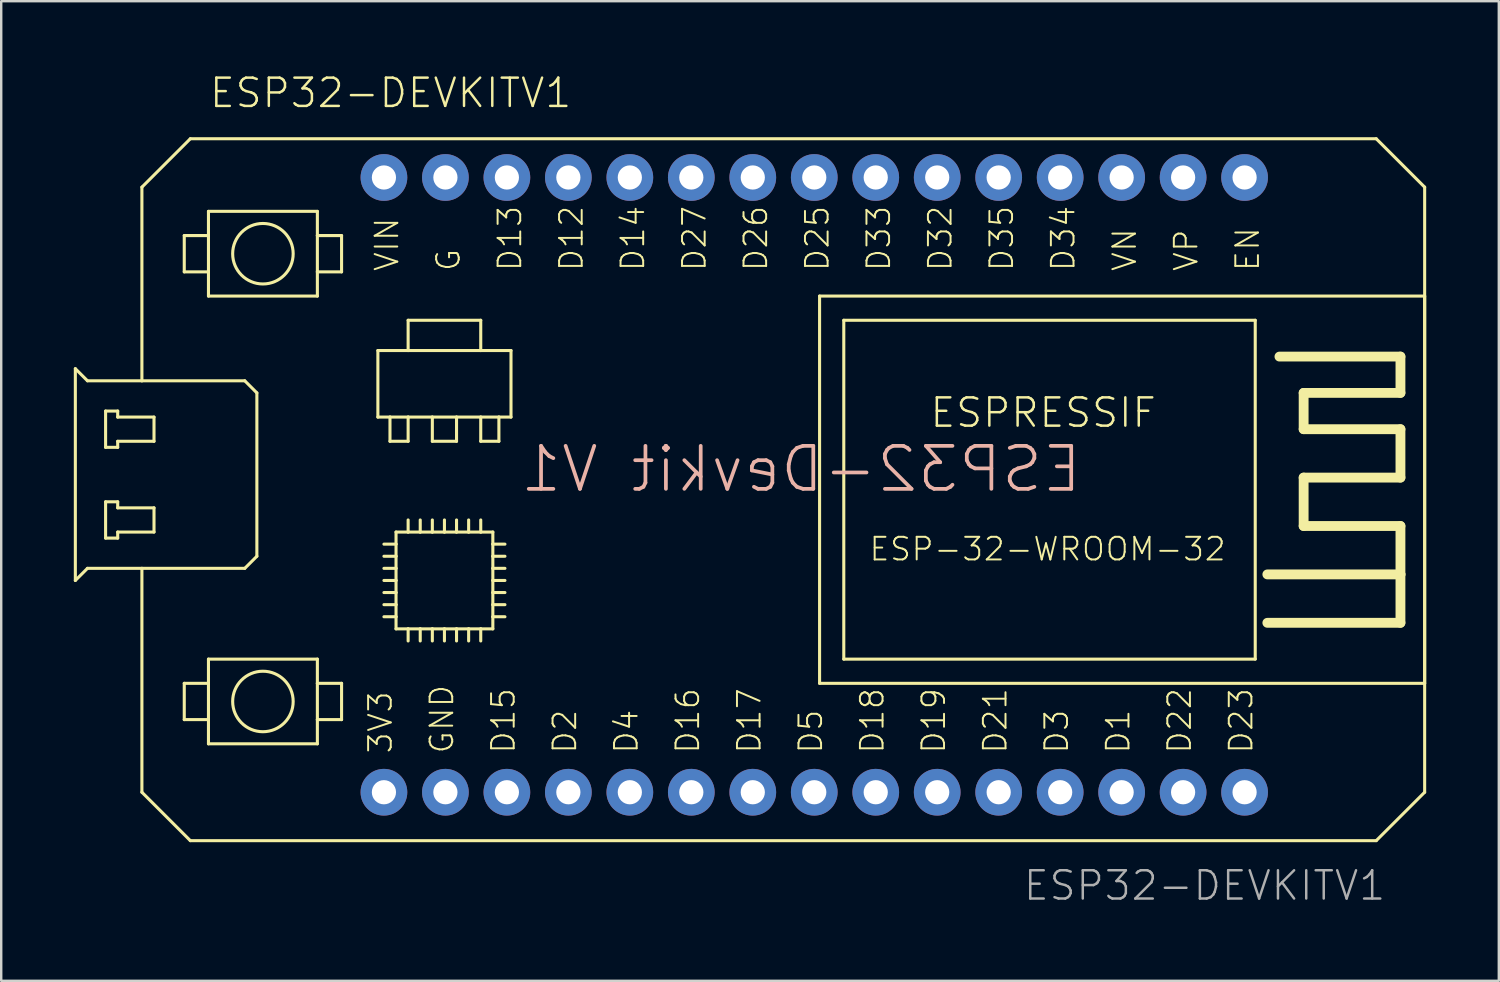
<source format=kicad_pcb>
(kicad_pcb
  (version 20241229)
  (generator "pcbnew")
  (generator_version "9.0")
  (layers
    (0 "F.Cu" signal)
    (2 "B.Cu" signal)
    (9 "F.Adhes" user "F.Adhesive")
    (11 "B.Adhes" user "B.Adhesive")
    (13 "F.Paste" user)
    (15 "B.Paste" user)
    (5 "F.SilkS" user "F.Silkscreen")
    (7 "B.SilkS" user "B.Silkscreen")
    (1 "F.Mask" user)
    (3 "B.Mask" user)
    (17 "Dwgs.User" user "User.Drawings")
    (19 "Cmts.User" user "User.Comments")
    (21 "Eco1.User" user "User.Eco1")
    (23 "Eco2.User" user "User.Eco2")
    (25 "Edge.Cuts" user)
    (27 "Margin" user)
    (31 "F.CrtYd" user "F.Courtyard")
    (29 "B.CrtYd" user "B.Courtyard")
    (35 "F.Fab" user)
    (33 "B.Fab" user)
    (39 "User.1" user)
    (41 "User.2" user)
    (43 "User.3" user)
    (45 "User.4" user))
  (footprint "ESP32-DEVKITV1"
    (layer "F.Cu")
    (at 12.813 29.683)
    (property "Reference" "ESP32-DEVKITV1" (at -7.27 -28.21 0) (unlocked yes) (layer "F.SilkS") (effects (font (size 1.168 1.168) (thickness 0.102)) (justify left bottom)))
    (fp_line (start -12.75 -17.5) (end -12.75 -8.75) (stroke (width 0.127) (type solid)) (layer "F.SilkS"))
    (fp_line (start -12.75 -17.5) (end -12.25 -17) (stroke (width 0.127) (type solid)) (layer "F.SilkS"))
    (fp_line (start -12.75 -8.75) (end -12.25 -9.25) (stroke (width 0.127) (type solid)) (layer "F.SilkS"))
    (fp_line (start -12.25 -17) (end -10 -17) (stroke (width 0.127) (type solid)) (layer "F.SilkS"))
    (fp_line (start -12.25 -9.25) (end -10 -9.25) (stroke (width 0.127) (type solid)) (layer "F.SilkS"))
    (fp_line (start -11.5 -15.75) (end -11 -15.75) (stroke (width 0.127) (type solid)) (layer "F.SilkS"))
    (fp_line (start -11.5 -14.25) (end -11.5 -15.75) (stroke (width 0.127) (type solid)) (layer "F.SilkS"))
    (fp_line (start -11.5 -12) (end -11 -12) (stroke (width 0.127) (type solid)) (layer "F.SilkS"))
    (fp_line (start -11.5 -10.5) (end -11.5 -12) (stroke (width 0.127) (type solid)) (layer "F.SilkS"))
    (fp_line (start -11.5 -10.5) (end -11 -10.5) (stroke (width 0.127) (type solid)) (layer "F.SilkS"))
    (fp_line (start -11 -15.75) (end -11 -15.5) (stroke (width 0.127) (type solid)) (layer "F.SilkS"))
    (fp_line (start -11 -15.5) (end -9.5 -15.5) (stroke (width 0.127) (type solid)) (layer "F.SilkS"))
    (fp_line (start -11 -14.5) (end -9.5 -14.5) (stroke (width 0.127) (type solid)) (layer "F.SilkS"))
    (fp_line (start -11 -14.25) (end -11.5 -14.25) (stroke (width 0.127) (type solid)) (layer "F.SilkS"))
    (fp_line (start -11 -14.25) (end -11 -14.5) (stroke (width 0.127) (type solid)) (layer "F.SilkS"))
    (fp_line (start -11 -12) (end -11 -11.75) (stroke (width 0.127) (type solid)) (layer "F.SilkS"))
    (fp_line (start -11 -11.75) (end -9.5 -11.75) (stroke (width 0.127) (type solid)) (layer "F.SilkS"))
    (fp_line (start -11 -10.75) (end -9.5 -10.75) (stroke (width 0.127) (type solid)) (layer "F.SilkS"))
    (fp_line (start -11 -10.5) (end -11 -10.75) (stroke (width 0.127) (type solid)) (layer "F.SilkS"))
    (fp_line (start -10 -25) (end -8 -27) (stroke (width 0.127) (type solid)) (layer "F.SilkS"))
    (fp_line (start -10 -17) (end -10 -25) (stroke (width 0.127) (type solid)) (layer "F.SilkS"))
    (fp_line (start -10 -9.25) (end -5.75 -9.25) (stroke (width 0.127) (type solid)) (layer "F.SilkS"))
    (fp_line (start -10 0) (end -10 -9.25) (stroke (width 0.127) (type solid)) (layer "F.SilkS"))
    (fp_line (start -9.5 -15.5) (end -9.5 -14.5) (stroke (width 0.127) (type solid)) (layer "F.SilkS"))
    (fp_line (start -9.5 -11.75) (end -9.5 -10.75) (stroke (width 0.127) (type solid)) (layer "F.SilkS"))
    (fp_line (start -8.25 -23) (end -8.25 -21.5) (stroke (width 0.127) (type solid)) (layer "F.SilkS"))
    (fp_line (start -8.25 -21.5) (end -7.25 -21.5) (stroke (width 0.127) (type solid)) (layer "F.SilkS"))
    (fp_line (start -8.25 -4.5) (end -8.25 -3) (stroke (width 0.127) (type solid)) (layer "F.SilkS"))
    (fp_line (start -8.25 -3) (end -7.25 -3) (stroke (width 0.127) (type solid)) (layer "F.SilkS"))
    (fp_line (start -8 2) (end -10 0) (stroke (width 0.127) (type solid)) (layer "F.SilkS"))
    (fp_line (start -8 2) (end 41 2) (stroke (width 0.127) (type solid)) (layer "F.SilkS"))
    (fp_line (start -7.25 -24) (end -7.25 -23) (stroke (width 0.127) (type solid)) (layer "F.SilkS"))
    (fp_line (start -7.25 -23) (end -8.25 -23) (stroke (width 0.127) (type solid)) (layer "F.SilkS"))
    (fp_line (start -7.25 -23) (end -7.25 -21.5) (stroke (width 0.127) (type solid)) (layer "F.SilkS"))
    (fp_line (start -7.25 -21.5) (end -7.25 -20.5) (stroke (width 0.127) (type solid)) (layer "F.SilkS"))
    (fp_line (start -7.25 -20.5) (end -2.75 -20.5) (stroke (width 0.127) (type solid)) (layer "F.SilkS"))
    (fp_line (start -7.25 -5.5) (end -7.25 -4.5) (stroke (width 0.127) (type solid)) (layer "F.SilkS"))
    (fp_line (start -7.25 -4.5) (end -8.25 -4.5) (stroke (width 0.127) (type solid)) (layer "F.SilkS"))
    (fp_line (start -7.25 -4.5) (end -7.25 -3) (stroke (width 0.127) (type solid)) (layer "F.SilkS"))
    (fp_line (start -7.25 -3) (end -7.25 -2) (stroke (width 0.127) (type solid)) (layer "F.SilkS"))
    (fp_line (start -7.25 -2) (end -2.75 -2) (stroke (width 0.127) (type solid)) (layer "F.SilkS"))
    (fp_line (start -5.75 -17) (end -10 -17) (stroke (width 0.127) (type solid)) (layer "F.SilkS"))
    (fp_line (start -5.75 -17) (end -5.25 -16.5) (stroke (width 0.127) (type solid)) (layer "F.SilkS"))
    (fp_line (start -5.25 -16.5) (end -5.25 -9.75) (stroke (width 0.127) (type solid)) (layer "F.SilkS"))
    (fp_line (start -5.25 -9.75) (end -5.75 -9.25) (stroke (width 0.127) (type solid)) (layer "F.SilkS"))
    (fp_line (start -2.75 -24) (end -7.25 -24) (stroke (width 0.127) (type solid)) (layer "F.SilkS"))
    (fp_line (start -2.75 -23) (end -2.75 -24) (stroke (width 0.127) (type solid)) (layer "F.SilkS"))
    (fp_line (start -2.75 -23) (end -1.75 -23) (stroke (width 0.127) (type solid)) (layer "F.SilkS"))
    (fp_line (start -2.75 -21.5) (end -2.75 -23) (stroke (width 0.127) (type solid)) (layer "F.SilkS"))
    (fp_line (start -2.75 -20.5) (end -2.75 -21.5) (stroke (width 0.127) (type solid)) (layer "F.SilkS"))
    (fp_line (start -2.75 -5.5) (end -7.25 -5.5) (stroke (width 0.127) (type solid)) (layer "F.SilkS"))
    (fp_line (start -2.75 -4.5) (end -2.75 -5.5) (stroke (width 0.127) (type solid)) (layer "F.SilkS"))
    (fp_line (start -2.75 -4.5) (end -1.75 -4.5) (stroke (width 0.127) (type solid)) (layer "F.SilkS"))
    (fp_line (start -2.75 -3) (end -2.75 -4.5) (stroke (width 0.127) (type solid)) (layer "F.SilkS"))
    (fp_line (start -2.75 -2) (end -2.75 -3) (stroke (width 0.127) (type solid)) (layer "F.SilkS"))
    (fp_line (start -1.75 -23) (end -1.75 -21.5) (stroke (width 0.127) (type solid)) (layer "F.SilkS"))
    (fp_line (start -1.75 -21.5) (end -2.75 -21.5) (stroke (width 0.127) (type solid)) (layer "F.SilkS"))
    (fp_line (start -1.75 -4.5) (end -1.75 -3) (stroke (width 0.127) (type solid)) (layer "F.SilkS"))
    (fp_line (start -1.75 -3) (end -2.75 -3) (stroke (width 0.127) (type solid)) (layer "F.SilkS"))
    (fp_line (start -0.25 -18.25) (end -0.25 -15.5) (stroke (width 0.127) (type solid)) (layer "F.SilkS"))
    (fp_line (start -0.25 -15.5) (end 0.25 -15.5) (stroke (width 0.127) (type solid)) (layer "F.SilkS"))
    (fp_line (start 0 -10.25) (end 0.5 -10.25) (stroke (width 0.127) (type solid)) (layer "F.SilkS"))
    (fp_line (start 0 -9.75) (end 0.5 -9.75) (stroke (width 0.127) (type solid)) (layer "F.SilkS"))
    (fp_line (start 0 -9.25) (end 0.5 -9.25) (stroke (width 0.127) (type solid)) (layer "F.SilkS"))
    (fp_line (start 0 -8.75) (end 0.5 -8.75) (stroke (width 0.127) (type solid)) (layer "F.SilkS"))
    (fp_line (start 0 -8.25) (end 0.5 -8.25) (stroke (width 0.127) (type solid)) (layer "F.SilkS"))
    (fp_line (start 0 -7.75) (end 0.5 -7.75) (stroke (width 0.127) (type solid)) (layer "F.SilkS"))
    (fp_line (start 0.25 -15.5) (end 0.25 -14.5) (stroke (width 0.127) (type solid)) (layer "F.SilkS"))
    (fp_line (start 0.25 -15.5) (end 1 -15.5) (stroke (width 0.127) (type solid)) (layer "F.SilkS"))
    (fp_line (start 0.25 -14.5) (end 1 -14.5) (stroke (width 0.127) (type solid)) (layer "F.SilkS"))
    (fp_line (start 0.5 -10.75) (end 1 -10.75) (stroke (width 0.127) (type solid)) (layer "F.SilkS"))
    (fp_line (start 0.5 -10.25) (end 0.5 -10.75) (stroke (width 0.127) (type solid)) (layer "F.SilkS"))
    (fp_line (start 0.5 -9.75) (end 0.5 -10.25) (stroke (width 0.127) (type solid)) (layer "F.SilkS"))
    (fp_line (start 0.5 -9.25) (end 0.5 -9.75) (stroke (width 0.127) (type solid)) (layer "F.SilkS"))
    (fp_line (start 0.5 -8.75) (end 0.5 -9.25) (stroke (width 0.127) (type solid)) (layer "F.SilkS"))
    (fp_line (start 0.5 -8.25) (end 0.5 -8.75) (stroke (width 0.127) (type solid)) (layer "F.SilkS"))
    (fp_line (start 0.5 -7.75) (end 0.5 -8.25) (stroke (width 0.127) (type solid)) (layer "F.SilkS"))
    (fp_line (start 0.5 -7.25) (end 0 -7.25) (stroke (width 0.127) (type solid)) (layer "F.SilkS"))
    (fp_line (start 0.5 -7.25) (end 0.5 -7.75) (stroke (width 0.127) (type solid)) (layer "F.SilkS"))
    (fp_line (start 0.5 -6.75) (end 0.5 -7.25) (stroke (width 0.127) (type solid)) (layer "F.SilkS"))
    (fp_line (start 1 -19.5) (end 1 -18.25) (stroke (width 0.127) (type solid)) (layer "F.SilkS"))
    (fp_line (start 1 -19.5) (end 4 -19.5) (stroke (width 0.127) (type solid)) (layer "F.SilkS"))
    (fp_line (start 1 -18.25) (end -0.25 -18.25) (stroke (width 0.127) (type solid)) (layer "F.SilkS"))
    (fp_line (start 1 -15.5) (end 2 -15.5) (stroke (width 0.127) (type solid)) (layer "F.SilkS"))
    (fp_line (start 1 -14.5) (end 1 -15.5) (stroke (width 0.127) (type solid)) (layer "F.SilkS"))
    (fp_line (start 1 -10.75) (end 1 -11.25) (stroke (width 0.127) (type solid)) (layer "F.SilkS"))
    (fp_line (start 1 -10.75) (end 1.5 -10.75) (stroke (width 0.127) (type solid)) (layer "F.SilkS"))
    (fp_line (start 1 -6.75) (end 0.5 -6.75) (stroke (width 0.127) (type solid)) (layer "F.SilkS"))
    (fp_line (start 1 -6.25) (end 1 -6.75) (stroke (width 0.127) (type solid)) (layer "F.SilkS"))
    (fp_line (start 1.5 -11.25) (end 1.5 -10.75) (stroke (width 0.127) (type solid)) (layer "F.SilkS"))
    (fp_line (start 1.5 -10.75) (end 2 -10.75) (stroke (width 0.127) (type solid)) (layer "F.SilkS"))
    (fp_line (start 1.5 -6.75) (end 1 -6.75) (stroke (width 0.127) (type solid)) (layer "F.SilkS"))
    (fp_line (start 1.5 -6.25) (end 1.5 -6.75) (stroke (width 0.127) (type solid)) (layer "F.SilkS"))
    (fp_line (start 2 -15.5) (end 2 -14.5) (stroke (width 0.127) (type solid)) (layer "F.SilkS"))
    (fp_line (start 2 -14.5) (end 3 -14.5) (stroke (width 0.127) (type solid)) (layer "F.SilkS"))
    (fp_line (start 2 -11.25) (end 2 -10.75) (stroke (width 0.127) (type solid)) (layer "F.SilkS"))
    (fp_line (start 2 -10.75) (end 2.5 -10.75) (stroke (width 0.127) (type solid)) (layer "F.SilkS"))
    (fp_line (start 2 -6.75) (end 1.5 -6.75) (stroke (width 0.127) (type solid)) (layer "F.SilkS"))
    (fp_line (start 2 -6.25) (end 2 -6.75) (stroke (width 0.127) (type solid)) (layer "F.SilkS"))
    (fp_line (start 2.5 -11.25) (end 2.5 -10.75) (stroke (width 0.127) (type solid)) (layer "F.SilkS"))
    (fp_line (start 2.5 -10.75) (end 3 -10.75) (stroke (width 0.127) (type solid)) (layer "F.SilkS"))
    (fp_line (start 2.5 -6.75) (end 2 -6.75) (stroke (width 0.127) (type solid)) (layer "F.SilkS"))
    (fp_line (start 2.5 -6.25) (end 2.5 -6.75) (stroke (width 0.127) (type solid)) (layer "F.SilkS"))
    (fp_line (start 3 -15.5) (end 2 -15.5) (stroke (width 0.127) (type solid)) (layer "F.SilkS"))
    (fp_line (start 3 -14.5) (end 3 -15.5) (stroke (width 0.127) (type solid)) (layer "F.SilkS"))
    (fp_line (start 3 -11.25) (end 3 -10.75) (stroke (width 0.127) (type solid)) (layer "F.SilkS"))
    (fp_line (start 3 -10.75) (end 3.5 -10.75) (stroke (width 0.127) (type solid)) (layer "F.SilkS"))
    (fp_line (start 3 -6.75) (end 2.5 -6.75) (stroke (width 0.127) (type solid)) (layer "F.SilkS"))
    (fp_line (start 3 -6.25) (end 3 -6.75) (stroke (width 0.127) (type solid)) (layer "F.SilkS"))
    (fp_line (start 3.5 -11.25) (end 3.5 -10.75) (stroke (width 0.127) (type solid)) (layer "F.SilkS"))
    (fp_line (start 3.5 -10.75) (end 4 -10.75) (stroke (width 0.127) (type solid)) (layer "F.SilkS"))
    (fp_line (start 3.5 -6.75) (end 3 -6.75) (stroke (width 0.127) (type solid)) (layer "F.SilkS"))
    (fp_line (start 3.5 -6.25) (end 3.5 -6.75) (stroke (width 0.127) (type solid)) (layer "F.SilkS"))
    (fp_line (start 4 -19.5) (end 4 -18.25) (stroke (width 0.127) (type solid)) (layer "F.SilkS"))
    (fp_line (start 4 -18.25) (end 1 -18.25) (stroke (width 0.127) (type solid)) (layer "F.SilkS"))
    (fp_line (start 4 -15.5) (end 3 -15.5) (stroke (width 0.127) (type solid)) (layer "F.SilkS"))
    (fp_line (start 4 -15.5) (end 4.75 -15.5) (stroke (width 0.127) (type solid)) (layer "F.SilkS"))
    (fp_line (start 4 -14.5) (end 4 -15.5) (stroke (width 0.127) (type solid)) (layer "F.SilkS"))
    (fp_line (start 4 -11.25) (end 4 -10.75) (stroke (width 0.127) (type solid)) (layer "F.SilkS"))
    (fp_line (start 4 -10.75) (end 4.5 -10.75) (stroke (width 0.127) (type solid)) (layer "F.SilkS"))
    (fp_line (start 4 -6.75) (end 3.5 -6.75) (stroke (width 0.127) (type solid)) (layer "F.SilkS"))
    (fp_line (start 4 -6.75) (end 4 -6.25) (stroke (width 0.127) (type solid)) (layer "F.SilkS"))
    (fp_line (start 4.5 -10.75) (end 4.5 -10.25) (stroke (width 0.127) (type solid)) (layer "F.SilkS"))
    (fp_line (start 4.5 -10.25) (end 4.5 -9.75) (stroke (width 0.127) (type solid)) (layer "F.SilkS"))
    (fp_line (start 4.5 -10.25) (end 5 -10.25) (stroke (width 0.127) (type solid)) (layer "F.SilkS"))
    (fp_line (start 4.5 -9.75) (end 4.5 -9.25) (stroke (width 0.127) (type solid)) (layer "F.SilkS"))
    (fp_line (start 4.5 -9.25) (end 4.5 -8.75) (stroke (width 0.127) (type solid)) (layer "F.SilkS"))
    (fp_line (start 4.5 -8.75) (end 4.5 -8.25) (stroke (width 0.127) (type solid)) (layer "F.SilkS"))
    (fp_line (start 4.5 -8.25) (end 4.5 -7.75) (stroke (width 0.127) (type solid)) (layer "F.SilkS"))
    (fp_line (start 4.5 -7.75) (end 4.5 -7.25) (stroke (width 0.127) (type solid)) (layer "F.SilkS"))
    (fp_line (start 4.5 -7.25) (end 4.5 -6.75) (stroke (width 0.127) (type solid)) (layer "F.SilkS"))
    (fp_line (start 4.5 -6.75) (end 4 -6.75) (stroke (width 0.127) (type solid)) (layer "F.SilkS"))
    (fp_line (start 4.75 -15.5) (end 4.75 -14.5) (stroke (width 0.127) (type solid)) (layer "F.SilkS"))
    (fp_line (start 4.75 -15.5) (end 5.25 -15.5) (stroke (width 0.127) (type solid)) (layer "F.SilkS"))
    (fp_line (start 4.75 -14.5) (end 4 -14.5) (stroke (width 0.127) (type solid)) (layer "F.SilkS"))
    (fp_line (start 5 -9.75) (end 4.5 -9.75) (stroke (width 0.127) (type solid)) (layer "F.SilkS"))
    (fp_line (start 5 -9.25) (end 4.5 -9.25) (stroke (width 0.127) (type solid)) (layer "F.SilkS"))
    (fp_line (start 5 -8.75) (end 4.5 -8.75) (stroke (width 0.127) (type solid)) (layer "F.SilkS"))
    (fp_line (start 5 -8.25) (end 4.5 -8.25) (stroke (width 0.127) (type solid)) (layer "F.SilkS"))
    (fp_line (start 5 -7.75) (end 4.5 -7.75) (stroke (width 0.127) (type solid)) (layer "F.SilkS"))
    (fp_line (start 5 -7.25) (end 4.5 -7.25) (stroke (width 0.127) (type solid)) (layer "F.SilkS"))
    (fp_line (start 5.25 -18.25) (end 4 -18.25) (stroke (width 0.127) (type solid)) (layer "F.SilkS"))
    (fp_line (start 5.25 -15.5) (end 5.25 -18.25) (stroke (width 0.127) (type solid)) (layer "F.SilkS"))
    (fp_line (start 18 -20.5) (end 18 -4.5) (stroke (width 0.127) (type solid)) (layer "F.SilkS"))
    (fp_line (start 18 -4.5) (end 43 -4.5) (stroke (width 0.127) (type solid)) (layer "F.SilkS"))
    (fp_line (start 19 -19.5) (end 19 -5.5) (stroke (width 0.127) (type solid)) (layer "F.SilkS"))
    (fp_line (start 19 -5.5) (end 36 -5.5) (stroke (width 0.127) (type solid)) (layer "F.SilkS"))
    (fp_line (start 36 -19.5) (end 19 -19.5) (stroke (width 0.127) (type solid)) (layer "F.SilkS"))
    (fp_line (start 36 -5.5) (end 36 -19.5) (stroke (width 0.127) (type solid)) (layer "F.SilkS"))
    (fp_line (start 37 -18) (end 42 -18) (stroke (width 0.406) (type solid)) (layer "F.SilkS"))
    (fp_line (start 38 -16.5) (end 38 -15) (stroke (width 0.406) (type solid)) (layer "F.SilkS"))
    (fp_line (start 38 -15) (end 42 -15) (stroke (width 0.406) (type solid)) (layer "F.SilkS"))
    (fp_line (start 38 -13) (end 38 -11) (stroke (width 0.406) (type solid)) (layer "F.SilkS"))
    (fp_line (start 38 -11) (end 42 -11) (stroke (width 0.406) (type solid)) (layer "F.SilkS"))
    (fp_line (start 41 -27) (end -8 -27) (stroke (width 0.127) (type solid)) (layer "F.SilkS"))
    (fp_line (start 41 -27) (end 43 -25) (stroke (width 0.127) (type solid)) (layer "F.SilkS"))
    (fp_line (start 42 -18) (end 42 -16.5) (stroke (width 0.406) (type solid)) (layer "F.SilkS"))
    (fp_line (start 42 -16.5) (end 38 -16.5) (stroke (width 0.406) (type solid)) (layer "F.SilkS"))
    (fp_line (start 42 -15) (end 42 -13) (stroke (width 0.406) (type solid)) (layer "F.SilkS"))
    (fp_line (start 42 -13) (end 38 -13) (stroke (width 0.406) (type solid)) (layer "F.SilkS"))
    (fp_line (start 42 -11) (end 42 -9) (stroke (width 0.406) (type solid)) (layer "F.SilkS"))
    (fp_line (start 42 -9) (end 36.5 -9) (stroke (width 0.406) (type solid)) (layer "F.SilkS"))
    (fp_line (start 42 -9) (end 42 -7) (stroke (width 0.406) (type solid)) (layer "F.SilkS"))
    (fp_line (start 42 -7) (end 36.5 -7) (stroke (width 0.406) (type solid)) (layer "F.SilkS"))
    (fp_line (start 43 -25) (end 43 0) (stroke (width 0.127) (type solid)) (layer "F.SilkS"))
    (fp_line (start 43 -20.5) (end 18 -20.5) (stroke (width 0.127) (type solid)) (layer "F.SilkS"))
    (fp_line (start 43 -4.5) (end 43 -20.5) (stroke (width 0.127) (type solid)) (layer "F.SilkS"))
    (fp_line (start 43 0) (end 41 2) (stroke (width 0.127) (type solid)) (layer "F.SilkS"))
    (fp_circle (center -5 -22.25) (end -3.75 -22.25) (stroke (width 0.127) (type solid)) (fill no) (layer "F.SilkS"))
    (fp_circle (center -5 -3.75) (end -3.75 -3.75) (stroke (width 0.127) (type solid)) (fill no) (layer "F.SilkS"))
    (fp_text user "GND" (at 2.94 -1.54 90) (unlocked yes) (layer "F.SilkS") (effects (font (size 0.935 0.935) (thickness 0.081)) (justify left bottom)))
    (fp_text user "D3" (at 28.34 -1.54 90) (unlocked yes) (layer "F.SilkS") (effects (font (size 0.935 0.935) (thickness 0.081)) (justify left bottom)))
    (fp_text user "D17" (at 15.64 -1.54 90) (unlocked yes) (layer "F.SilkS") (effects (font (size 0.935 0.935) (thickness 0.081)) (justify left bottom)))
    (fp_text user "D14" (at 10.83 -21.47 90) (unlocked yes) (layer "F.SilkS") (effects (font (size 0.935 0.935) (thickness 0.081)) (justify left bottom)))
    (fp_text user "D26" (at 15.91 -21.47 90) (unlocked yes) (layer "F.SilkS") (effects (font (size 0.935 0.935) (thickness 0.081)) (justify left bottom)))
    (fp_text user "D25" (at 18.45 -21.47 90) (unlocked yes) (layer "F.SilkS") (effects (font (size 0.935 0.935) (thickness 0.081)) (justify left bottom)))
    (fp_text user "EN" (at 36.23 -21.47 90) (unlocked yes) (layer "F.SilkS") (effects (font (size 0.935 0.935) (thickness 0.081)) (justify left bottom)))
    (fp_text user "D18" (at 20.72 -1.54 90) (unlocked yes) (layer "F.SilkS") (effects (font (size 0.935 0.935) (thickness 0.081)) (justify left bottom)))
    (fp_text user "VP" (at 33.69 -21.47 90) (unlocked yes) (layer "F.SilkS") (effects (font (size 0.935 0.935) (thickness 0.081)) (justify left bottom)))
    (fp_text user "D2" (at 8.02 -1.54 90) (unlocked yes) (layer "F.SilkS") (effects (font (size 0.935 0.935) (thickness 0.081)) (justify left bottom)))
    (fp_text user "D27" (at 13.37 -21.47 90) (unlocked yes) (layer "F.SilkS") (effects (font (size 0.935 0.935) (thickness 0.081)) (justify left bottom)))
    (fp_text user "ESPRESSIF " (at 22.5 -15 0) (unlocked yes) (layer "F.SilkS") (effects (font (size 1.168 1.168) (thickness 0.102)) (justify left bottom)))
    (fp_text user "D34" (at 28.61 -21.47 90) (unlocked yes) (layer "F.SilkS") (effects (font (size 0.935 0.935) (thickness 0.081)) (justify left bottom)))
    (fp_text user "D5" (at 18.18 -1.54 90) (unlocked yes) (layer "F.SilkS") (effects (font (size 0.935 0.935) (thickness 0.081)) (justify left bottom)))
    (fp_text user "3V3" (at 0.4 -1.54 90) (unlocked yes) (layer "F.SilkS") (effects (font (size 0.935 0.935) (thickness 0.081)) (justify left bottom)))
    (fp_text user "G" (at 3.21 -21.47 90) (unlocked yes) (layer "F.SilkS") (effects (font (size 0.935 0.935) (thickness 0.081)) (justify left bottom)))
    (fp_text user "D32" (at 23.53 -21.47 90) (unlocked yes) (layer "F.SilkS") (effects (font (size 0.935 0.935) (thickness 0.081)) (justify left bottom)))
    (fp_text user "D13" (at 5.75 -21.47 90) (unlocked yes) (layer "F.SilkS") (effects (font (size 0.935 0.935) (thickness 0.081)) (justify left bottom)))
    (fp_text user "D19" (at 23.26 -1.54 90) (unlocked yes) (layer "F.SilkS") (effects (font (size 0.935 0.935) (thickness 0.081)) (justify left bottom)))
    (fp_text user "D33" (at 20.99 -21.47 90) (unlocked yes) (layer "F.SilkS") (effects (font (size 0.935 0.935) (thickness 0.081)) (justify left bottom)))
    (fp_text user "D12" (at 8.29 -21.47 90) (unlocked yes) (layer "F.SilkS") (effects (font (size 0.935 0.935) (thickness 0.081)) (justify left bottom)))
    (fp_text user "D35" (at 26.07 -21.47 90) (unlocked yes) (layer "F.SilkS") (effects (font (size 0.935 0.935) (thickness 0.081)) (justify left bottom)))
    (fp_text user "VIN" (at 0.67 -21.47 90) (unlocked yes) (layer "F.SilkS") (effects (font (size 0.935 0.935) (thickness 0.081)) (justify left bottom)))
    (fp_text user "D1" (at 30.88 -1.54 90) (unlocked yes) (layer "F.SilkS") (effects (font (size 0.935 0.935) (thickness 0.081)) (justify left bottom)))
    (fp_text user "D16" (at 13.1 -1.54 90) (unlocked yes) (layer "F.SilkS") (effects (font (size 0.935 0.935) (thickness 0.081)) (justify left bottom)))
    (fp_text user "VN" (at 31.15 -21.47 90) (unlocked yes) (layer "F.SilkS") (effects (font (size 0.935 0.935) (thickness 0.081)) (justify left bottom)))
    (fp_text user "D23" (at 35.96 -1.54 90) (unlocked yes) (layer "F.SilkS") (effects (font (size 0.935 0.935) (thickness 0.081)) (justify left bottom)))
    (fp_text user "D21" (at 25.8 -1.54 90) (unlocked yes) (layer "F.SilkS") (effects (font (size 0.935 0.935) (thickness 0.081)) (justify left bottom)))
    (fp_text user "ESP-32-WROOM-32" (at 20 -9.5 0) (unlocked yes) (layer "F.SilkS") (effects (font (size 0.935 0.935) (thickness 0.081)) (justify left bottom)))
    (fp_text user "D4" (at 10.56 -1.54 90) (unlocked yes) (layer "F.SilkS") (effects (font (size 0.935 0.935) (thickness 0.081)) (justify left bottom)))
    (fp_text user "D22" (at 33.42 -1.54 90) (unlocked yes) (layer "F.SilkS") (effects (font (size 0.935 0.935) (thickness 0.081)) (justify left bottom)))
    (fp_text user "D15" (at 5.48 -1.54 90) (unlocked yes) (layer "F.SilkS") (effects (font (size 0.935 0.935) (thickness 0.081)) (justify left bottom)))
    (fp_text user "ESP32-Devkit V1" (at 28.92 -12.31 0) (unlocked yes) (layer "B.SilkS") (effects (font (size 1.776 1.776) (thickness 0.154)) (justify left bottom mirror)))
    (fp_text user "ESP32-DEVKITV1" (at 26.36 4.54 0) (unlocked yes) (layer "F.Fab") (effects (font (size 1.168 1.168) (thickness 0.102)) (justify left bottom)))
    (pad "3V3" thru_hole circle (at 0 0) (size 1.93 1.93) (drill 1) (layers "*.Cu" "*.Mask"))
    (pad "D1" thru_hole circle (at 30.48 0) (size 1.93 1.93) (drill 1) (layers "*.Cu" "*.Mask"))
    (pad "D2" thru_hole circle (at 7.62 0) (size 1.93 1.93) (drill 1) (layers "*.Cu" "*.Mask"))
    (pad "D3" thru_hole circle (at 27.94 0) (size 1.93 1.93) (drill 1) (layers "*.Cu" "*.Mask"))
    (pad "D4" thru_hole circle (at 10.16 0) (size 1.93 1.93) (drill 1) (layers "*.Cu" "*.Mask"))
    (pad "D5" thru_hole circle (at 17.78 0) (size 1.93 1.93) (drill 1) (layers "*.Cu" "*.Mask"))
    (pad "D12" thru_hole circle (at 7.62 -25.4) (size 1.93 1.93) (drill 1) (layers "*.Cu" "*.Mask"))
    (pad "D13" thru_hole circle (at 5.08 -25.4) (size 1.93 1.93) (drill 1) (layers "*.Cu" "*.Mask"))
    (pad "D14" thru_hole circle (at 10.16 -25.4) (size 1.93 1.93) (drill 1) (layers "*.Cu" "*.Mask"))
    (pad "D15" thru_hole circle (at 5.08 0) (size 1.93 1.93) (drill 1) (layers "*.Cu" "*.Mask"))
    (pad "D16" thru_hole circle (at 12.7 0) (size 1.93 1.93) (drill 1) (layers "*.Cu" "*.Mask"))
    (pad "D17" thru_hole circle (at 15.24 0) (size 1.93 1.93) (drill 1) (layers "*.Cu" "*.Mask"))
    (pad "D18" thru_hole circle (at 20.32 0) (size 1.93 1.93) (drill 1) (layers "*.Cu" "*.Mask"))
    (pad "D19" thru_hole circle (at 22.86 0) (size 1.93 1.93) (drill 1) (layers "*.Cu" "*.Mask"))
    (pad "D21" thru_hole circle (at 25.4 0) (size 1.93 1.93) (drill 1) (layers "*.Cu" "*.Mask"))
    (pad "D22" thru_hole circle (at 33.02 0) (size 1.93 1.93) (drill 1) (layers "*.Cu" "*.Mask"))
    (pad "D23" thru_hole circle (at 35.56 0) (size 1.93 1.93) (drill 1) (layers "*.Cu" "*.Mask"))
    (pad "D25" thru_hole circle (at 17.78 -25.4) (size 1.93 1.93) (drill 1) (layers "*.Cu" "*.Mask"))
    (pad "D26" thru_hole circle (at 15.24 -25.4) (size 1.93 1.93) (drill 1) (layers "*.Cu" "*.Mask"))
    (pad "D27" thru_hole circle (at 12.7 -25.4) (size 1.93 1.93) (drill 1) (layers "*.Cu" "*.Mask"))
    (pad "D32" thru_hole circle (at 22.86 -25.4) (size 1.93 1.93) (drill 1) (layers "*.Cu" "*.Mask"))
    (pad "D33" thru_hole circle (at 20.32 -25.4) (size 1.93 1.93) (drill 1) (layers "*.Cu" "*.Mask"))
    (pad "D34" thru_hole circle (at 27.94 -25.4) (size 1.93 1.93) (drill 1) (layers "*.Cu" "*.Mask"))
    (pad "D35" thru_hole circle (at 25.4 -25.4) (size 1.93 1.93) (drill 1) (layers "*.Cu" "*.Mask"))
    (pad "EN" thru_hole circle (at 35.56 -25.4) (size 1.93 1.93) (drill 1) (layers "*.Cu" "*.Mask"))
    (pad "GND" thru_hole circle (at 2.54 -25.4) (size 1.93 1.93) (drill 1) (layers "*.Cu" "*.Mask"))
    (pad "GND@1" thru_hole circle (at 2.54 0) (size 1.93 1.93) (drill 1) (layers "*.Cu" "*.Mask"))
    (pad "VIN" thru_hole circle (at 0 -25.4) (size 1.93 1.93) (drill 1) (layers "*.Cu" "*.Mask"))
    (pad "VN" thru_hole circle (at 30.48 -25.4) (size 1.93 1.93) (drill 1) (layers "*.Cu" "*.Mask"))
    (pad "VP" thru_hole circle (at 33.02 -25.4) (size 1.93 1.93) (drill 1) (layers "*.Cu" "*.Mask")))
  (gr_rect
    (start -3 -3)
    (end 58.877 37.474)
    (stroke (width 0.1) (type default))
    (fill no)
    (layer "Edge.Cuts")))
</source>
